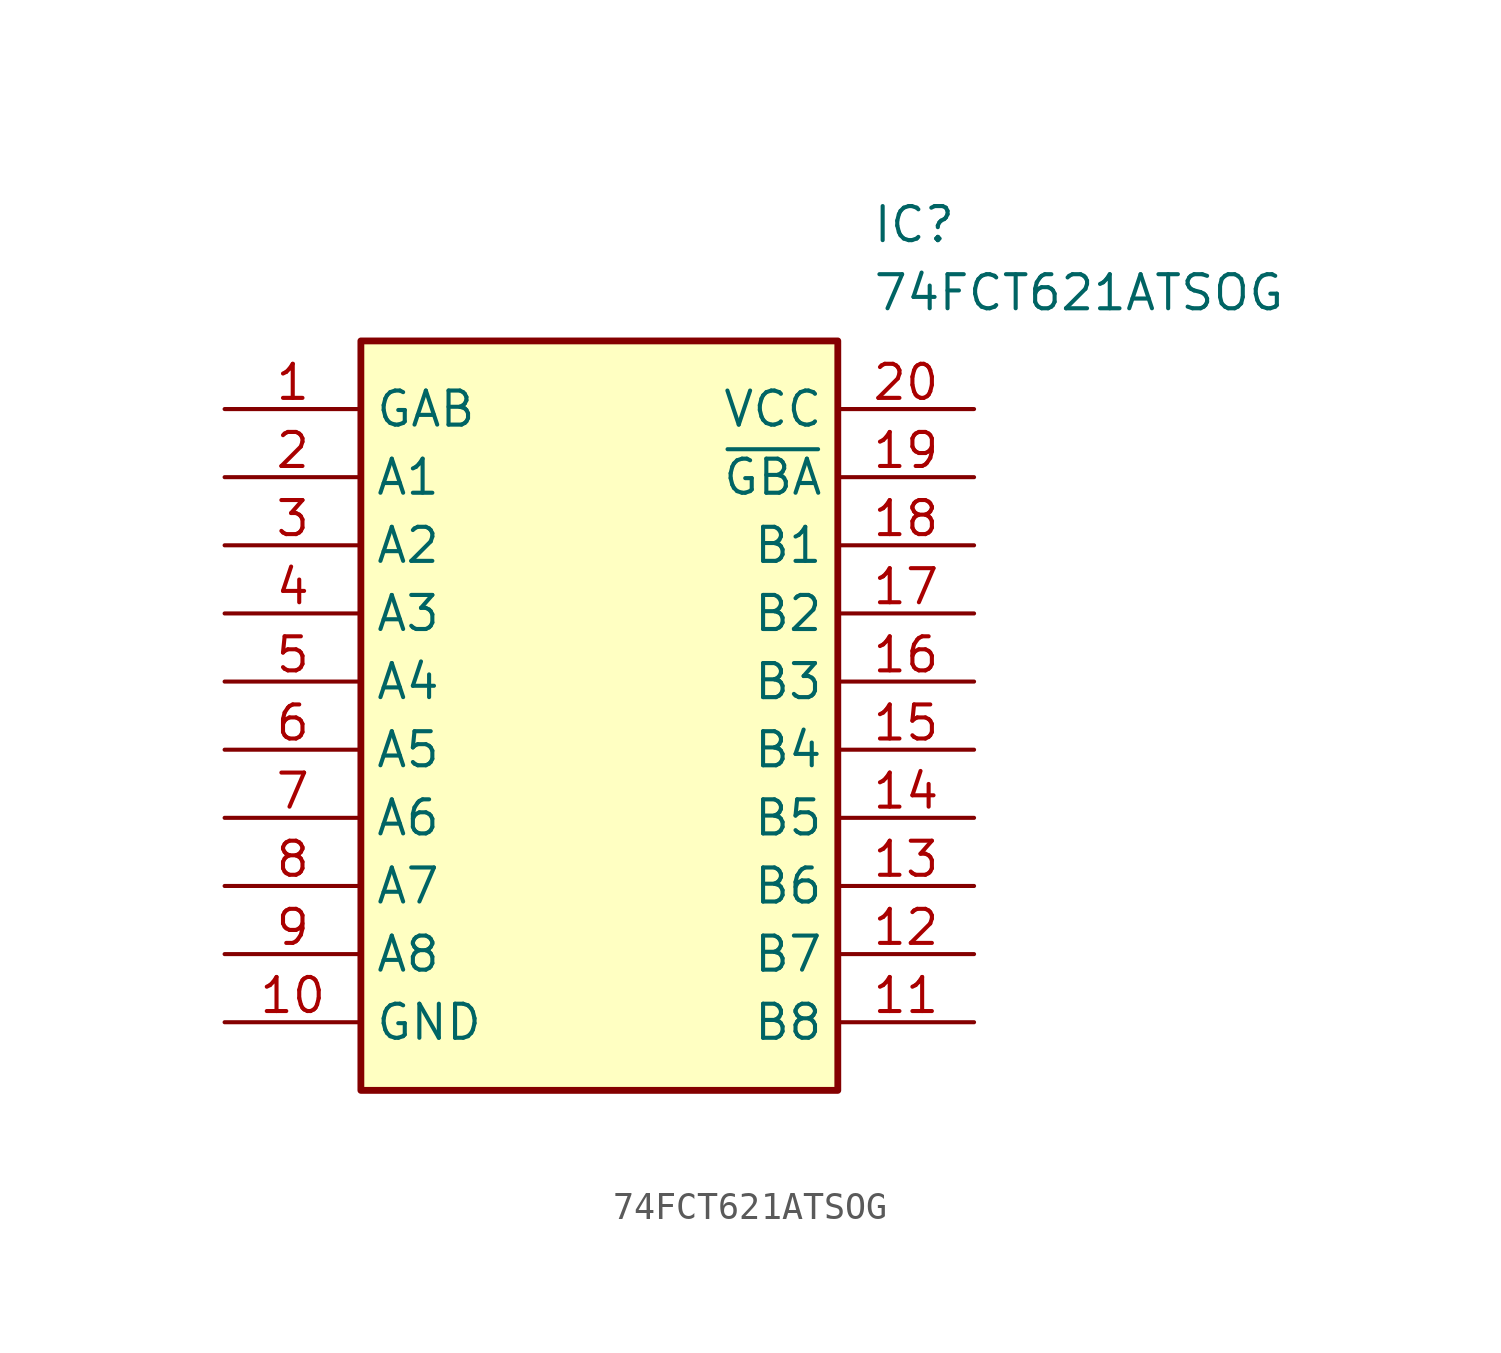
<source format=kicad_sym>
(kicad_symbol_lib
  (version 20211014)
  (generator SamacSys_ECAD_Model)
  (symbol "74FCT621ATSOG"
    (property "Reference" "IC"
      (at 24.13 7.62 0)
      (effects (font (size 1.27 1.27)) (justify left top)))
    (property "Value" "74FCT621ATSOG"
      (at 24.13 5.08 0)
      (effects (font (size 1.27 1.27)) (justify left top)))
    (rectangle
      (start 5.08 2.54)
      (end 22.86 -25.4)
      (stroke (width 0.254) (type default))
      (fill (type background)))
    (pin passive line
      (at 0 0 0)
      (length 5.08)
      (name "GAB" (effects (font (size 1.27 1.27))))
      (number "1" (effects (font (size 1.27 1.27)))))
    (pin passive line
      (at 0 -2.54 0)
      (length 5.08)
      (name "A1" (effects (font (size 1.27 1.27))))
      (number "2" (effects (font (size 1.27 1.27)))))
    (pin passive line
      (at 0 -5.08 0)
      (length 5.08)
      (name "A2" (effects (font (size 1.27 1.27))))
      (number "3" (effects (font (size 1.27 1.27)))))
    (pin passive line
      (at 0 -7.62 0)
      (length 5.08)
      (name "A3" (effects (font (size 1.27 1.27))))
      (number "4" (effects (font (size 1.27 1.27)))))
    (pin passive line
      (at 0 -10.16 0)
      (length 5.08)
      (name "A4" (effects (font (size 1.27 1.27))))
      (number "5" (effects (font (size 1.27 1.27)))))
    (pin passive line
      (at 0 -12.7 0)
      (length 5.08)
      (name "A5" (effects (font (size 1.27 1.27))))
      (number "6" (effects (font (size 1.27 1.27)))))
    (pin passive line
      (at 0 -15.24 0)
      (length 5.08)
      (name "A6" (effects (font (size 1.27 1.27))))
      (number "7" (effects (font (size 1.27 1.27)))))
    (pin passive line
      (at 0 -17.78 0)
      (length 5.08)
      (name "A7" (effects (font (size 1.27 1.27))))
      (number "8" (effects (font (size 1.27 1.27)))))
    (pin passive line
      (at 0 -20.32 0)
      (length 5.08)
      (name "A8" (effects (font (size 1.27 1.27))))
      (number "9" (effects (font (size 1.27 1.27)))))
    (pin passive line
      (at 0 -22.86 0)
      (length 5.08)
      (name "GND" (effects (font (size 1.27 1.27))))
      (number "10" (effects (font (size 1.27 1.27)))))
    (pin passive line
      (at 27.94 0 180)
      (length 5.08)
      (name "VCC" (effects (font (size 1.27 1.27))))
      (number "20" (effects (font (size 1.27 1.27)))))
    (pin passive line
      (at 27.94 -2.54 180)
      (length 5.08)
      (name "~{GBA}" (effects (font (size 1.27 1.27))))
      (number "19" (effects (font (size 1.27 1.27)))))
    (pin passive line
      (at 27.94 -5.08 180)
      (length 5.08)
      (name "B1" (effects (font (size 1.27 1.27))))
      (number "18" (effects (font (size 1.27 1.27)))))
    (pin passive line
      (at 27.94 -7.62 180)
      (length 5.08)
      (name "B2" (effects (font (size 1.27 1.27))))
      (number "17" (effects (font (size 1.27 1.27)))))
    (pin passive line
      (at 27.94 -10.16 180)
      (length 5.08)
      (name "B3" (effects (font (size 1.27 1.27))))
      (number "16" (effects (font (size 1.27 1.27)))))
    (pin passive line
      (at 27.94 -12.7 180)
      (length 5.08)
      (name "B4" (effects (font (size 1.27 1.27))))
      (number "15" (effects (font (size 1.27 1.27)))))
    (pin passive line
      (at 27.94 -15.24 180)
      (length 5.08)
      (name "B5" (effects (font (size 1.27 1.27))))
      (number "14" (effects (font (size 1.27 1.27)))))
    (pin passive line
      (at 27.94 -17.78 180)
      (length 5.08)
      (name "B6" (effects (font (size 1.27 1.27))))
      (number "13" (effects (font (size 1.27 1.27)))))
    (pin passive line
      (at 27.94 -20.32 180)
      (length 5.08)
      (name "B7" (effects (font (size 1.27 1.27))))
      (number "12" (effects (font (size 1.27 1.27)))))
    (pin passive line
      (at 27.94 -22.86 180)
      (length 5.08)
      (name "B8" (effects (font (size 1.27 1.27))))
      (number "11" (effects (font (size 1.27 1.27)))))))
</source>
